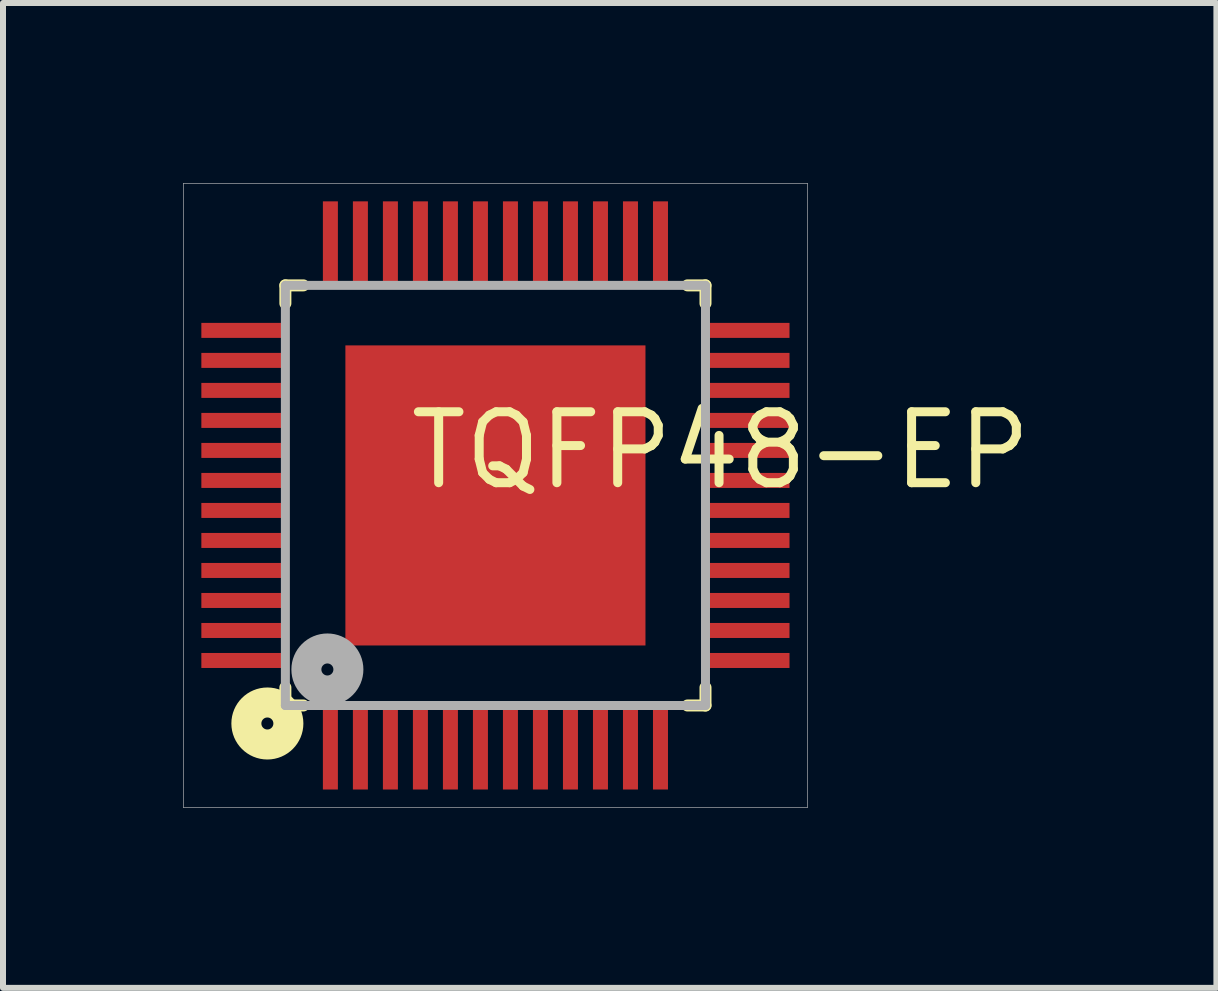
<source format=kicad_pcb>
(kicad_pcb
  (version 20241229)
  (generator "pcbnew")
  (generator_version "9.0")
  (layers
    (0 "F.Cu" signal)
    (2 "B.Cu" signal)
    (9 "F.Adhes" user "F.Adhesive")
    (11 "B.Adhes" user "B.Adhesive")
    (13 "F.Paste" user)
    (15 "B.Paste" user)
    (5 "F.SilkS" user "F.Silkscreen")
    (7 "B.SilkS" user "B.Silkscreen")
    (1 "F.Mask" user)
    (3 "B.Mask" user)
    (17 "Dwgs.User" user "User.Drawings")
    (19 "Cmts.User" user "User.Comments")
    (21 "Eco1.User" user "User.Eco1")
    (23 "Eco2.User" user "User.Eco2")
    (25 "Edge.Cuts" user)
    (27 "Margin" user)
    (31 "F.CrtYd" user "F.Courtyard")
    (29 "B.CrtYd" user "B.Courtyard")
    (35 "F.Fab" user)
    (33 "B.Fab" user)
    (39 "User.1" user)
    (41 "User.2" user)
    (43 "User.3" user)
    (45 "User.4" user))
  (footprint "TQFP48-EP"
    (layer "F.Cu")
    (at 5.205 5.205)
    (property "Reference" "TQFP48-EP" (at 3.754 -0.751 0) (layer "F.SilkS") (effects (font (size 1.182 1.182) (thickness 0.15))))
    (attr through_hole)
    (fp_line (start -3.5 -3.5) (end -3.5 -3.2) (stroke (width 0.2) (type solid)) (layer "F.SilkS"))
    (fp_line (start -3.5 3.2) (end -3.5 3.5) (stroke (width 0.2) (type solid)) (layer "F.SilkS"))
    (fp_line (start -3.5 3.5) (end -3.2 3.5) (stroke (width 0.2) (type solid)) (layer "F.SilkS"))
    (fp_line (start -3.2 -3.5) (end -3.5 -3.5) (stroke (width 0.2) (type solid)) (layer "F.SilkS"))
    (fp_line (start 3.2 3.5) (end 3.5 3.5) (stroke (width 0.2) (type solid)) (layer "F.SilkS"))
    (fp_line (start 3.5 -3.5) (end 3.2 -3.5) (stroke (width 0.2) (type solid)) (layer "F.SilkS"))
    (fp_line (start 3.5 -3.2) (end 3.5 -3.5) (stroke (width 0.2) (type solid)) (layer "F.SilkS"))
    (fp_line (start 3.5 3.5) (end 3.5 3.2) (stroke (width 0.2) (type solid)) (layer "F.SilkS"))
    (fp_circle (center -3.8 3.8) (end -3.7 3.8) (stroke (width 0.5) (type solid)) (fill no) (layer "F.SilkS"))
    (fp_poly (pts (xy -2.4 -2.4) (xy -0.4 -2.4) (xy -0.4 -0.4) (xy -2.4 -0.4)) (stroke (width 0.15) (type solid)) (fill yes) (layer "F.Paste"))
    (fp_poly (pts (xy -2.4 0.4) (xy -0.4 0.4) (xy -0.4 2.4) (xy -2.4 2.4)) (stroke (width 0.15) (type solid)) (fill yes) (layer "F.Paste"))
    (fp_poly (pts (xy 0.4 -2.4) (xy 2.4 -2.4) (xy 2.4 -0.4) (xy 0.4 -0.4)) (stroke (width 0.15) (type solid)) (fill yes) (layer "F.Paste"))
    (fp_poly (pts (xy 0.4 0.4) (xy 2.4 0.4) (xy 2.4 2.4) (xy 0.4 2.4)) (stroke (width 0.15) (type solid)) (fill yes) (layer "F.Paste"))
    (fp_line (start -5.2 -5.2) (end 5.2 -5.2) (stroke (width 0.01) (type solid)) (layer "Dwgs.User"))
    (fp_line (start -5.2 5.2) (end -5.2 -5.2) (stroke (width 0.01) (type solid)) (layer "Dwgs.User"))
    (fp_line (start 5.2 -5.2) (end 5.2 5.2) (stroke (width 0.01) (type solid)) (layer "Dwgs.User"))
    (fp_line (start 5.2 5.2) (end -5.2 5.2) (stroke (width 0.01) (type solid)) (layer "Dwgs.User"))
    (fp_line (start -3.5 -3.5) (end -3.5 3.5) (stroke (width 0.15) (type solid)) (layer "F.Fab"))
    (fp_line (start -3.5 3.5) (end 3.5 3.5) (stroke (width 0.15) (type solid)) (layer "F.Fab"))
    (fp_line (start 3.5 -3.5) (end -3.5 -3.5) (stroke (width 0.15) (type solid)) (layer "F.Fab"))
    (fp_line (start 3.5 3.5) (end 3.5 -3.5) (stroke (width 0.15) (type solid)) (layer "F.Fab"))
    (fp_circle (center -2.8 2.9) (end -2.7 2.9) (stroke (width 0.5) (type solid)) (fill no) (layer "F.Fab"))
    (pad "1" smd rect (at -2.75 4.175) (size 0.25 1.45) (layers "F.Cu" "F.Mask" "F.Paste"))
    (pad "2" smd rect (at -2.25 4.175) (size 0.25 1.45) (layers "F.Cu" "F.Mask" "F.Paste"))
    (pad "3" smd rect (at -1.75 4.175) (size 0.25 1.45) (layers "F.Cu" "F.Mask" "F.Paste"))
    (pad "4" smd rect (at -1.25 4.175) (size 0.25 1.45) (layers "F.Cu" "F.Mask" "F.Paste"))
    (pad "5" smd rect (at -0.75 4.175) (size 0.25 1.45) (layers "F.Cu" "F.Mask" "F.Paste"))
    (pad "6" smd rect (at -0.25 4.175) (size 0.25 1.45) (layers "F.Cu" "F.Mask" "F.Paste"))
    (pad "7" smd rect (at 0.25 4.175) (size 0.25 1.45) (layers "F.Cu" "F.Mask" "F.Paste"))
    (pad "8" smd rect (at 0.75 4.175) (size 0.25 1.45) (layers "F.Cu" "F.Mask" "F.Paste"))
    (pad "9" smd rect (at 1.25 4.175) (size 0.25 1.45) (layers "F.Cu" "F.Mask" "F.Paste"))
    (pad "10" smd rect (at 1.75 4.175) (size 0.25 1.45) (layers "F.Cu" "F.Mask" "F.Paste"))
    (pad "11" smd rect (at 2.25 4.175) (size 0.25 1.45) (layers "F.Cu" "F.Mask" "F.Paste"))
    (pad "12" smd rect (at 2.75 4.175) (size 0.25 1.45) (layers "F.Cu" "F.Mask" "F.Paste"))
    (pad "13" smd rect (at 4.175 2.75) (size 1.45 0.25) (layers "F.Cu" "F.Mask" "F.Paste"))
    (pad "14" smd rect (at 4.175 2.25) (size 1.45 0.25) (layers "F.Cu" "F.Mask" "F.Paste"))
    (pad "15" smd rect (at 4.175 1.75) (size 1.45 0.25) (layers "F.Cu" "F.Mask" "F.Paste"))
    (pad "16" smd rect (at 4.175 1.25) (size 1.45 0.25) (layers "F.Cu" "F.Mask" "F.Paste"))
    (pad "17" smd rect (at 4.175 0.75) (size 1.45 0.25) (layers "F.Cu" "F.Mask" "F.Paste"))
    (pad "18" smd rect (at 4.175 0.25) (size 1.45 0.25) (layers "F.Cu" "F.Mask" "F.Paste"))
    (pad "19" smd rect (at 4.175 -0.25) (size 1.45 0.25) (layers "F.Cu" "F.Mask" "F.Paste"))
    (pad "20" smd rect (at 4.175 -0.75) (size 1.45 0.25) (layers "F.Cu" "F.Mask" "F.Paste"))
    (pad "21" smd rect (at 4.175 -1.25) (size 1.45 0.25) (layers "F.Cu" "F.Mask" "F.Paste"))
    (pad "22" smd rect (at 4.175 -1.75) (size 1.45 0.25) (layers "F.Cu" "F.Mask" "F.Paste"))
    (pad "23" smd rect (at 4.175 -2.25) (size 1.45 0.25) (layers "F.Cu" "F.Mask" "F.Paste"))
    (pad "24" smd rect (at 4.175 -2.75) (size 1.45 0.25) (layers "F.Cu" "F.Mask" "F.Paste"))
    (pad "25" smd rect (at 2.75 -4.175) (size 0.25 1.45) (layers "F.Cu" "F.Mask" "F.Paste"))
    (pad "26" smd rect (at 2.25 -4.175) (size 0.25 1.45) (layers "F.Cu" "F.Mask" "F.Paste"))
    (pad "27" smd rect (at 1.75 -4.175) (size 0.25 1.45) (layers "F.Cu" "F.Mask" "F.Paste"))
    (pad "28" smd rect (at 1.25 -4.175) (size 0.25 1.45) (layers "F.Cu" "F.Mask" "F.Paste"))
    (pad "29" smd rect (at 0.75 -4.175) (size 0.25 1.45) (layers "F.Cu" "F.Mask" "F.Paste"))
    (pad "30" smd rect (at 0.25 -4.175) (size 0.25 1.45) (layers "F.Cu" "F.Mask" "F.Paste"))
    (pad "31" smd rect (at -0.25 -4.175) (size 0.25 1.45) (layers "F.Cu" "F.Mask" "F.Paste"))
    (pad "32" smd rect (at -0.75 -4.175) (size 0.25 1.45) (layers "F.Cu" "F.Mask" "F.Paste"))
    (pad "33" smd rect (at -1.25 -4.175) (size 0.25 1.45) (layers "F.Cu" "F.Mask" "F.Paste"))
    (pad "34" smd rect (at -1.75 -4.175) (size 0.25 1.45) (layers "F.Cu" "F.Mask" "F.Paste"))
    (pad "35" smd rect (at -2.25 -4.175) (size 0.25 1.45) (layers "F.Cu" "F.Mask" "F.Paste"))
    (pad "36" smd rect (at -2.75 -4.175) (size 0.25 1.45) (layers "F.Cu" "F.Mask" "F.Paste"))
    (pad "37" smd rect (at -4.175 -2.75) (size 1.45 0.25) (layers "F.Cu" "F.Mask" "F.Paste"))
    (pad "38" smd rect (at -4.175 -2.25) (size 1.45 0.25) (layers "F.Cu" "F.Mask" "F.Paste"))
    (pad "39" smd rect (at -4.175 -1.75) (size 1.45 0.25) (layers "F.Cu" "F.Mask" "F.Paste"))
    (pad "40" smd rect (at -4.175 -1.25) (size 1.45 0.25) (layers "F.Cu" "F.Mask" "F.Paste"))
    (pad "41" smd rect (at -4.175 -0.75) (size 1.45 0.25) (layers "F.Cu" "F.Mask" "F.Paste"))
    (pad "42" smd rect (at -4.175 -0.25) (size 1.45 0.25) (layers "F.Cu" "F.Mask" "F.Paste"))
    (pad "43" smd rect (at -4.175 0.25) (size 1.45 0.25) (layers "F.Cu" "F.Mask" "F.Paste"))
    (pad "44" smd rect (at -4.175 0.75) (size 1.45 0.25) (layers "F.Cu" "F.Mask" "F.Paste"))
    (pad "45" smd rect (at -4.175 1.25) (size 1.45 0.25) (layers "F.Cu" "F.Mask" "F.Paste"))
    (pad "46" smd rect (at -4.175 1.75) (size 1.45 0.25) (layers "F.Cu" "F.Mask" "F.Paste"))
    (pad "47" smd rect (at -4.175 2.25) (size 1.45 0.25) (layers "F.Cu" "F.Mask" "F.Paste"))
    (pad "48" smd rect (at -4.175 2.75) (size 1.45 0.25) (layers "F.Cu" "F.Mask" "F.Paste"))
    (pad "49" smd rect (at 0 0) (size 5 5) (layers "F.Cu" "F.Mask" "F.Paste")))
  (gr_rect
    (start -3 -3)
    (end 17.218 13.41)
    (stroke (width 0.1) (type default))
    (fill no)
    (layer "Edge.Cuts")))
</source>
